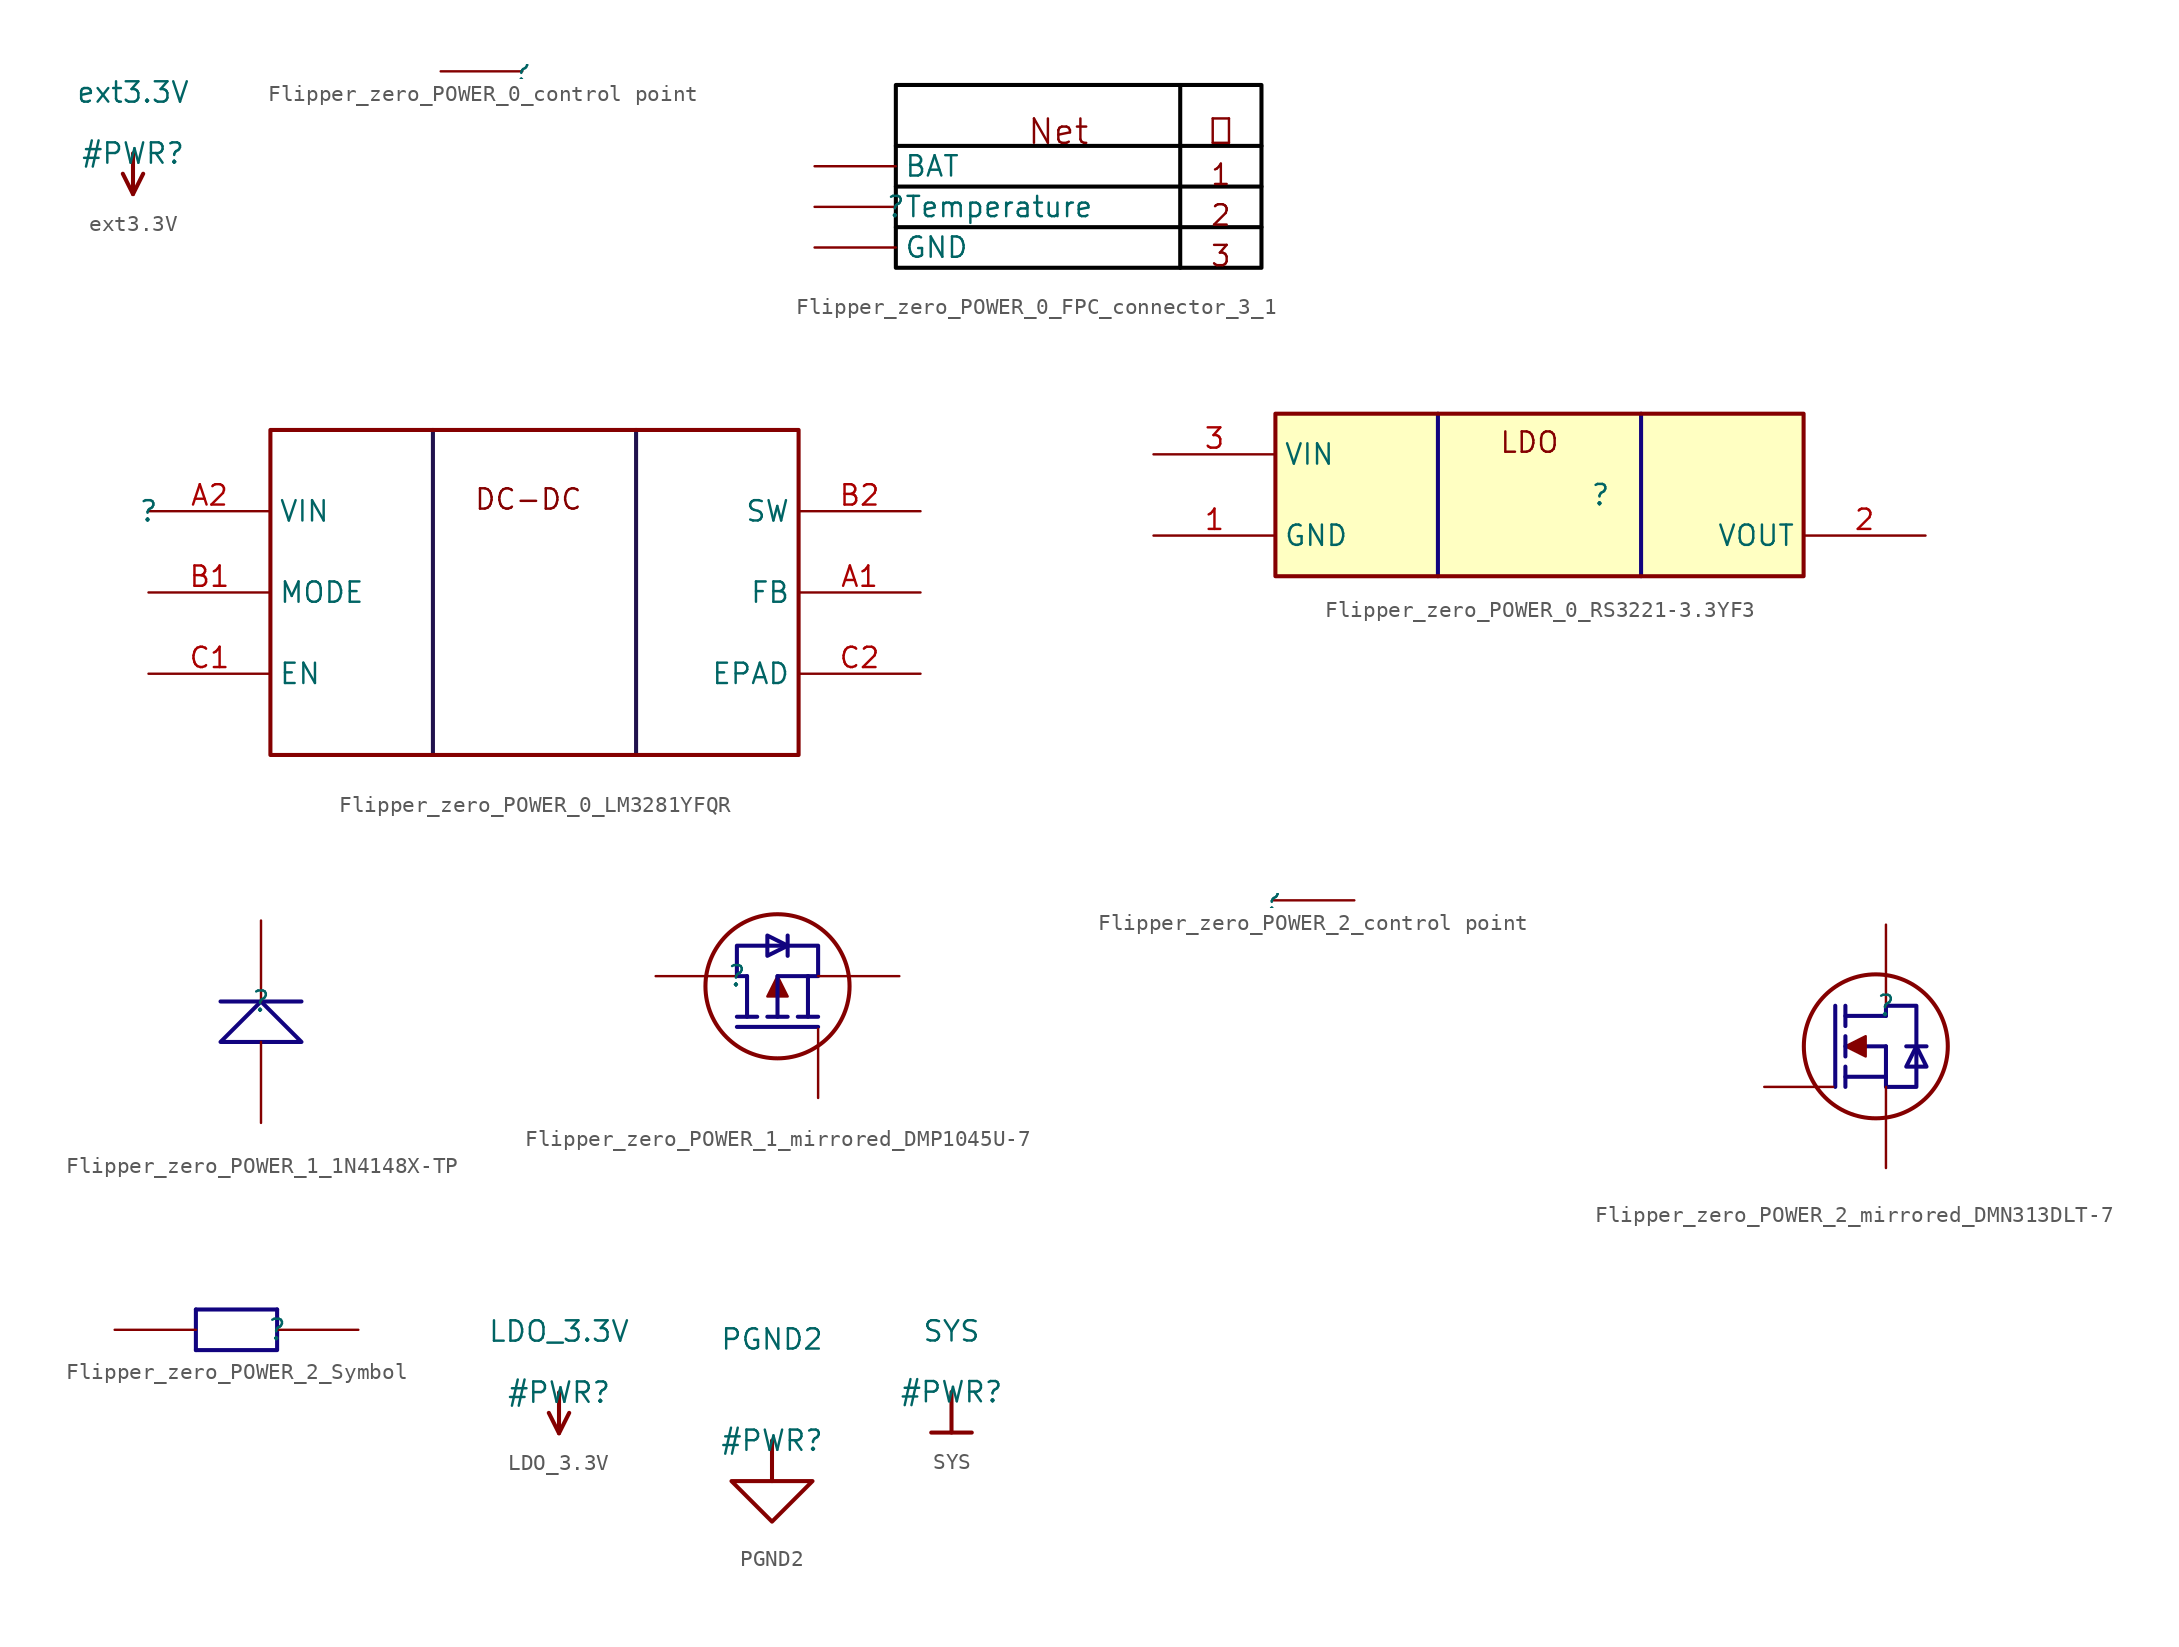
<source format=kicad_sym>
(kicad_symbol_lib
  (version 20220914)
  (generator kicad_symbol_editor)
  (symbol "ext3.3V"
    (power)
    (property "Reference" "#PWR"
      (at 0 0 0)
      (effects (font (size 1.27 1.27))))
    (property "Value" "ext3.3V"
      (at 0 3.81 0)
      (effects (font (size 1.27 1.27))))
    (symbol "ext3.3V_0_0"
      (polyline (pts (xy 0 0) (xy 0 -2.54)) (stroke (width 0.254) (type solid)) (fill (type none)))
      (polyline (pts (xy -0.635 -1.27) (xy 0 -2.54) (xy 0.635 -1.27)) (stroke (width 0.254) (type solid)) (fill (type none)))
      (pin power_in line (at 0 0 0) (length 0) hide (name "ext3.3V" (effects (font (size 1.27 1.27)))) (number "" (effects (font (size 1.27 1.27)))))))
  (symbol "Flipper_zero_POWER_0_control point"
    (property "Reference" ""
      (at 0 0 0)
      (effects (font (size 1.27 1.27))))
    (property "Value" ""
      (at 0 0 0)
      (effects (font (size 1.27 1.27))))
    (symbol "Flipper_zero_POWER_0_control point_1_0"
      (pin passive line (at -5.08 0 0) (length 5.08) (name "1" (effects (font (size 0 0)))) (number "1" (effects (font (size 0 0)))))))
  (symbol "Flipper_zero_POWER_0_FPC_connector_3_1"
    (property "Reference" ""
      (at 0 0 0)
      (effects (font (size 1.27 1.27))))
    (property "Value" ""
      (at 0 0 0)
      (effects (font (size 1.27 1.27))))
    (symbol "Flipper_zero_POWER_0_FPC_connector_3_1_1_0"
      (polyline (pts (xy 0 -1.27) (xy 22.86 -1.27)) (stroke (width 0.254) (type solid) (color 0 0 0 1)) (fill (type none)))
      (polyline (pts (xy 0 1.27) (xy 22.86 1.27)) (stroke (width 0.254) (type solid) (color 0 0 0 1)) (fill (type none)))
      (polyline (pts (xy 0 3.81) (xy 22.86 3.81)) (stroke (width 0.254) (type solid) (color 0 0 0 1)) (fill (type none)))
      (polyline (pts (xy 17.78 7.62) (xy 17.78 -3.81)) (stroke (width 0.254) (type solid) (color 0 0 0 1)) (fill (type none)))
      (polyline (pts (xy 0 -2.54) (xy 0 7.62) (xy 22.86 7.62) (xy 22.86 -3.81) (xy 0 -3.81) (xy 0 -2.54)) (stroke (width 0.254) (type solid) (color 0 0 0 1)) (fill (type none)))
      (text "1" (at 20.32 1.27 0) (effects (font (size 1.27 1.27)) (justify bottom)))
      (text "2" (at 20.32 -1.27 0) (effects (font (size 1.27 1.27)) (justify bottom)))
      (text "3" (at 20.32 -3.81 0) (effects (font (size 1.27 1.27)) (justify bottom)))
      (text "Net" (at 10.16 3.81 0) (effects (font (size 1.524 1.524)) (justify bottom)))
      (text "№" (at 20.32 3.81 0) (effects (font (size 1.524 1.524)) (justify bottom)))
      (pin power_in line (at -5.08 2.54 0) (length 5.08) (name "BAT" (effects (font (size 1.27 1.27)))) (number "1" (effects (font (size 0 0)))))
      (pin passive line (at -5.08 0 0) (length 5.08) (name "Temperature" (effects (font (size 1.27 1.27)))) (number "2" (effects (font (size 0 0)))))
      (pin passive line (at -5.08 -2.54 0) (length 5.08) (name "GND" (effects (font (size 1.27 1.27)))) (number "3" (effects (font (size 0 0)))))))
  (symbol "Flipper_zero_POWER_0_LM3281YFQR"
    (property "Reference" ""
      (at 0 0 0)
      (effects (font (size 1.27 1.27))))
    (property "Value" ""
      (at 0 0 0)
      (effects (font (size 1.27 1.27))))
    (symbol "Flipper_zero_POWER_0_LM3281YFQR_1_0"
      (polyline (pts (xy 17.78 5.08) (xy 17.78 -15.24)) (stroke (width 0.254) (type solid) (color 32 18 77 1)) (fill (type none)))
      (polyline (pts (xy 30.48 5.08) (xy 30.48 -15.24)) (stroke (width 0.254) (type solid) (color 32 18 77 1)) (fill (type none)))
      (rectangle (start 40.64 5.08) (end 7.62 -15.24) (stroke (width 0.254) (type solid)) (fill (type none)))
      (text "DC-DC" (at 20.32 0 0) (effects (font (size 1.27 1.27)) (justify left bottom)))
      (pin input line (at 48.26 -5.08 180) (length 7.62) (name "FB" (effects (font (size 1.27 1.27)))) (number "A1" (effects (font (size 1.27 1.27)))))
      (pin input line (at 0 0 0) (length 7.62) (name "VIN" (effects (font (size 1.27 1.27)))) (number "A2" (effects (font (size 1.27 1.27)))))
      (pin passive line (at 0 -5.08 0) (length 7.62) (name "MODE" (effects (font (size 1.27 1.27)))) (number "B1" (effects (font (size 1.27 1.27)))))
      (pin passive line (at 48.26 0 180) (length 7.62) (name "SW" (effects (font (size 1.27 1.27)))) (number "B2" (effects (font (size 1.27 1.27)))))
      (pin passive line (at 0 -10.16 0) (length 7.62) (name "EN" (effects (font (size 1.27 1.27)))) (number "C1" (effects (font (size 1.27 1.27)))))
      (pin passive line (at 48.26 -10.16 180) (length 7.62) (name "EPAD" (effects (font (size 1.27 1.27)))) (number "C2" (effects (font (size 1.27 1.27)))))))
  (symbol "Flipper_zero_POWER_0_RS3221-3.3YF3"
    (property "Reference" ""
      (at 0 0 0)
      (effects (font (size 1.27 1.27))))
    (property "Value" ""
      (at 0 0 0)
      (effects (font (size 1.27 1.27))))
    (symbol "Flipper_zero_POWER_0_RS3221-3.3YF3_1_0"
      (polyline (pts (xy -10.16 5.08) (xy -10.16 -5.08)) (stroke (width 0.254) (type solid) (color 17 3 127 1)) (fill (type none)))
      (polyline (pts (xy 2.54 -5.08) (xy 2.54 5.08)) (stroke (width 0.254) (type solid) (color 17 3 127 1)) (fill (type none)))
      (rectangle (start 12.7 5.08) (end -20.32 -5.08) (stroke (width 0.254) (type solid)) (fill (type background)))
      (text "LDO" (at -6.35 2.54 0) (effects (font (size 1.27 1.27)) (justify left bottom)))
      (pin passive line (at -27.94 -2.54 0) (length 7.62) (name "GND" (effects (font (size 1.27 1.27)))) (number "1" (effects (font (size 1.27 1.27)))))
      (pin passive line (at 20.32 -2.54 180) (length 7.62) (name "VOUT" (effects (font (size 1.27 1.27)))) (number "2" (effects (font (size 1.27 1.27)))))
      (pin power_in line (at -27.94 2.54 0) (length 7.62) (name "VIN" (effects (font (size 1.27 1.27)))) (number "3" (effects (font (size 1.27 1.27)))))))
  (symbol "Flipper_zero_POWER_1_1N4148X-TP"
    (property "Reference" ""
      (at 0 0 0)
      (effects (font (size 1.27 1.27))))
    (property "Value" ""
      (at 0 0 0)
      (effects (font (size 1.27 1.27))))
    (symbol "Flipper_zero_POWER_1_1N4148X-TP_1_0"
      (polyline (pts (xy -2.54 0) (xy 2.54 0)) (stroke (width 0.254) (type solid) (color 17 3 127 1)) (fill (type none)))
      (polyline (pts (xy -2.54 -2.54) (xy 2.54 -2.54) (xy 0 0) (xy -2.54 -2.54)) (stroke (width 0.254) (type solid) (color 17 3 127 1)) (fill (type none)))
      (pin passive line (at 0 5.08 270) (length 5.08) (name "1" (effects (font (size 0 0)))) (number "1" (effects (font (size 0 0)))))
      (pin passive line (at 0 -7.62 90) (length 5.08) (name "2" (effects (font (size 0 0)))) (number "2" (effects (font (size 0 0)))))))
  (symbol "Flipper_zero_POWER_1_mirrored_DMP1045U-7"
    (property "Reference" ""
      (at 0 0 0)
      (effects (font (size 1.27 1.27))))
    (property "Value" ""
      (at 0 0 0)
      (effects (font (size 1.27 1.27))))
    (symbol "Flipper_zero_POWER_1_mirrored_DMP1045U-7_1_0"
      (polyline (pts (xy 0.635 -2.54) (xy 0.635 0)) (stroke (width 0.254) (type solid) (color 17 3 127 1)) (fill (type none)))
      (polyline (pts (xy 1.27 -2.54) (xy 0 -2.54)) (stroke (width 0.254) (type solid) (color 17 3 127 1)) (fill (type none)))
      (polyline (pts (xy 2.54 -2.54) (xy 2.54 0)) (stroke (width 0.254) (type solid) (color 17 3 127 1)) (fill (type none)))
      (polyline (pts (xy 3.175 -2.54) (xy 1.905 -2.54)) (stroke (width 0.254) (type solid) (color 17 3 127 1)) (fill (type none)))
      (polyline (pts (xy 3.175 1.27) (xy 3.175 2.54)) (stroke (width 0.254) (type solid) (color 17 3 127 1)) (fill (type none)))
      (polyline (pts (xy 4.445 -2.54) (xy 4.445 0)) (stroke (width 0.254) (type solid) (color 17 3 127 1)) (fill (type none)))
      (polyline (pts (xy 4.445 0) (xy 2.54 0)) (stroke (width 0.254) (type solid) (color 17 3 127 1)) (fill (type none)))
      (polyline (pts (xy 5.08 -3.175) (xy 0 -3.175)) (stroke (width 0.254) (type solid) (color 17 3 127 1)) (fill (type none)))
      (polyline (pts (xy 5.08 -2.54) (xy 3.81 -2.54)) (stroke (width 0.254) (type solid) (color 17 3 127 1)) (fill (type none)))
      (polyline (pts (xy 2.54 0) (xy 3.175 -1.27) (xy 1.905 -1.27) (xy 2.54 0)) (stroke (width 0) (type solid)) (fill (type outline)))
      (polyline (pts (xy 3.175 1.905) (xy 1.905 1.27) (xy 1.905 2.54) (xy 3.175 1.905)) (stroke (width 0.254) (type solid) (color 17 3 127 1)) (fill (type none)))
      (polyline (pts (xy 0.635 0) (xy 0 0) (xy 0 1.905) (xy 5.08 1.905) (xy 5.08 0) (xy 4.445 0)) (stroke (width 0.254) (type solid) (color 17 3 127 1)) (fill (type none)))
      (circle (center 2.54 -0.635) (radius 4.507) (stroke (width 0.254) (type solid)) (fill (type none)))
      (pin passive line (at 5.08 -7.62 90) (length 4.318) (name "G" (effects (font (size 0 0)))) (number "1" (effects (font (size 0 0)))))
      (pin passive line (at 10.16 0 180) (length 5.08) (name "S" (effects (font (size 0 0)))) (number "2" (effects (font (size 0 0)))))
      (pin passive line (at -5.08 0 0) (length 5.08) (name "D" (effects (font (size 0 0)))) (number "3" (effects (font (size 0 0)))))))
  (symbol "Flipper_zero_POWER_2_control point"
    (property "Reference" ""
      (at 0 0 0)
      (effects (font (size 1.27 1.27))))
    (property "Value" ""
      (at 0 0 0)
      (effects (font (size 1.27 1.27))))
    (symbol "Flipper_zero_POWER_2_control point_1_0"
      (pin passive line (at 5.08 0 180) (length 5.08) (name "1" (effects (font (size 0 0)))) (number "1" (effects (font (size 0 0)))))))
  (symbol "Flipper_zero_POWER_2_mirrored_DMN313DLT-7"
    (property "Reference" ""
      (at 0 0 0)
      (effects (font (size 1.27 1.27))))
    (property "Value" ""
      (at 0 0 0)
      (effects (font (size 1.27 1.27))))
    (symbol "Flipper_zero_POWER_2_mirrored_DMN313DLT-7_1_0"
      (circle (center -0.635 -2.54) (radius 4.507) (stroke (width 0.254) (type solid)) (fill (type none)))
      (polyline (pts (xy -3.175 -5.08) (xy -3.175 0)) (stroke (width 0.254) (type solid) (color 17 3 127 1)) (fill (type none)))
      (polyline (pts (xy -2.54 -5.08) (xy -2.54 -3.81)) (stroke (width 0.254) (type solid) (color 17 3 127 1)) (fill (type none)))
      (polyline (pts (xy -2.54 -4.445) (xy 0 -4.445)) (stroke (width 0.254) (type solid) (color 17 3 127 1)) (fill (type none)))
      (polyline (pts (xy -2.54 -3.175) (xy -2.54 -1.905)) (stroke (width 0.254) (type solid) (color 17 3 127 1)) (fill (type none)))
      (polyline (pts (xy -2.54 -2.54) (xy 0 -2.54)) (stroke (width 0.254) (type solid) (color 17 3 127 1)) (fill (type none)))
      (polyline (pts (xy -2.54 -1.27) (xy -2.54 0)) (stroke (width 0.254) (type solid) (color 17 3 127 1)) (fill (type none)))
      (polyline (pts (xy -2.54 -0.635) (xy 0 -0.635)) (stroke (width 0.254) (type solid) (color 17 3 127 1)) (fill (type none)))
      (polyline (pts (xy 0 -4.445) (xy 0 -2.54)) (stroke (width 0.254) (type solid) (color 17 3 127 1)) (fill (type none)))
      (polyline (pts (xy 1.27 -2.54) (xy 2.54 -2.54)) (stroke (width 0.254) (type solid) (color 17 3 127 1)) (fill (type none)))
      (polyline (pts (xy -2.54 -2.54) (xy -1.27 -1.905) (xy -1.27 -3.175) (xy -2.54 -2.54)) (stroke (width 0) (type solid)) (fill (type outline)))
      (polyline (pts (xy 1.905 -2.54) (xy 2.54 -3.81) (xy 1.27 -3.81) (xy 1.905 -2.54)) (stroke (width 0.254) (type solid) (color 17 3 127 1)) (fill (type none)))
      (polyline (pts (xy 0 -0.635) (xy 0 0) (xy 1.905 0) (xy 1.905 -5.08) (xy 0 -5.08) (xy 0 -4.445)) (stroke (width 0.254) (type solid) (color 17 3 127 1)) (fill (type none)))
      (pin passive line (at -7.62 -5.08 0) (length 4.318) (name "G" (effects (font (size 0 0)))) (number "1" (effects (font (size 0 0)))))
      (pin passive line (at 0 -10.16 90) (length 5.08) (name "S" (effects (font (size 0 0)))) (number "2" (effects (font (size 0 0)))))
      (pin passive line (at 0 5.08 270) (length 5.08) (name "D" (effects (font (size 0 0)))) (number "3" (effects (font (size 0 0)))))))
  (symbol "Flipper_zero_POWER_2_Symbol"
    (property "Reference" ""
      (at 0 0 0)
      (effects (font (size 1.27 1.27))))
    (property "Value" ""
      (at 0 0 0)
      (effects (font (size 1.27 1.27))))
    (symbol "Flipper_zero_POWER_2_Symbol_1_0"
      (polyline (pts (xy -5.08 -1.27) (xy -5.08 1.27)) (stroke (width 0.254) (type solid) (color 17 3 127 1)) (fill (type none)))
      (polyline (pts (xy 0 1.27) (xy -5.08 1.27)) (stroke (width 0.254) (type solid) (color 17 3 127 1)) (fill (type none)))
      (polyline (pts (xy 0 1.27) (xy 0 -1.27) (xy -5.08 -1.27)) (stroke (width 0.254) (type solid) (color 17 3 127 1)) (fill (type none)))
      (pin tri_state line (at -10.16 0 0) (length 5.08) (name "1" (effects (font (size 0 0)))) (number "1" (effects (font (size 0 0)))))
      (pin passive line (at 5.08 0 180) (length 5.08) (name "2" (effects (font (size 0 0)))) (number "2" (effects (font (size 0 0)))))))
  (symbol "LDO_3.3V"
    (power)
    (property "Reference" "#PWR"
      (at 0 0 0)
      (effects (font (size 1.27 1.27))))
    (property "Value" "LDO_3.3V"
      (at 0 3.81 0)
      (effects (font (size 1.27 1.27))))
    (symbol "LDO_3.3V_0_0"
      (polyline (pts (xy 0 0) (xy 0 -2.54)) (stroke (width 0.254) (type solid)) (fill (type none)))
      (polyline (pts (xy -0.635 -1.27) (xy 0 -2.54) (xy 0.635 -1.27)) (stroke (width 0.254) (type solid)) (fill (type none)))
      (pin power_in line (at 0 0 0) (length 0) hide (name "LDO_3.3V" (effects (font (size 1.27 1.27)))) (number "" (effects (font (size 1.27 1.27)))))))
  (symbol "PGND2"
    (power)
    (property "Reference" "#PWR"
      (at 0 0 0)
      (effects (font (size 1.27 1.27))))
    (property "Value" "PGND2"
      (at 0 6.35 0)
      (effects (font (size 1.27 1.27))))
    (symbol "PGND2_0_0"
      (polyline (pts (xy 0 0) (xy 0 -2.54)) (stroke (width 0.254) (type solid)) (fill (type none)))
      (polyline (pts (xy -2.54 -2.54) (xy 2.54 -2.54) (xy 0 -5.08) (xy -2.54 -2.54)) (stroke (width 0.254) (type solid)) (fill (type none)))
      (pin power_in line (at 0 0 0) (length 0) hide (name "PGND2" (effects (font (size 1.27 1.27)))) (number "" (effects (font (size 1.27 1.27)))))))
  (symbol "SYS"
    (power)
    (property "Reference" "#PWR"
      (at 0 0 0)
      (effects (font (size 1.27 1.27))))
    (property "Value" "SYS"
      (at 0 3.81 0)
      (effects (font (size 1.27 1.27))))
    (symbol "SYS_0_0"
      (polyline (pts (xy -1.27 -2.54) (xy 1.27 -2.54)) (stroke (width 0.254) (type solid)) (fill (type none)))
      (polyline (pts (xy 0 0) (xy 0 -2.54)) (stroke (width 0.254) (type solid)) (fill (type none)))
      (pin power_in line (at 0 0 0) (length 0) hide (name "SYS" (effects (font (size 1.27 1.27)))) (number "" (effects (font (size 1.27 1.27))))))))
</source>
